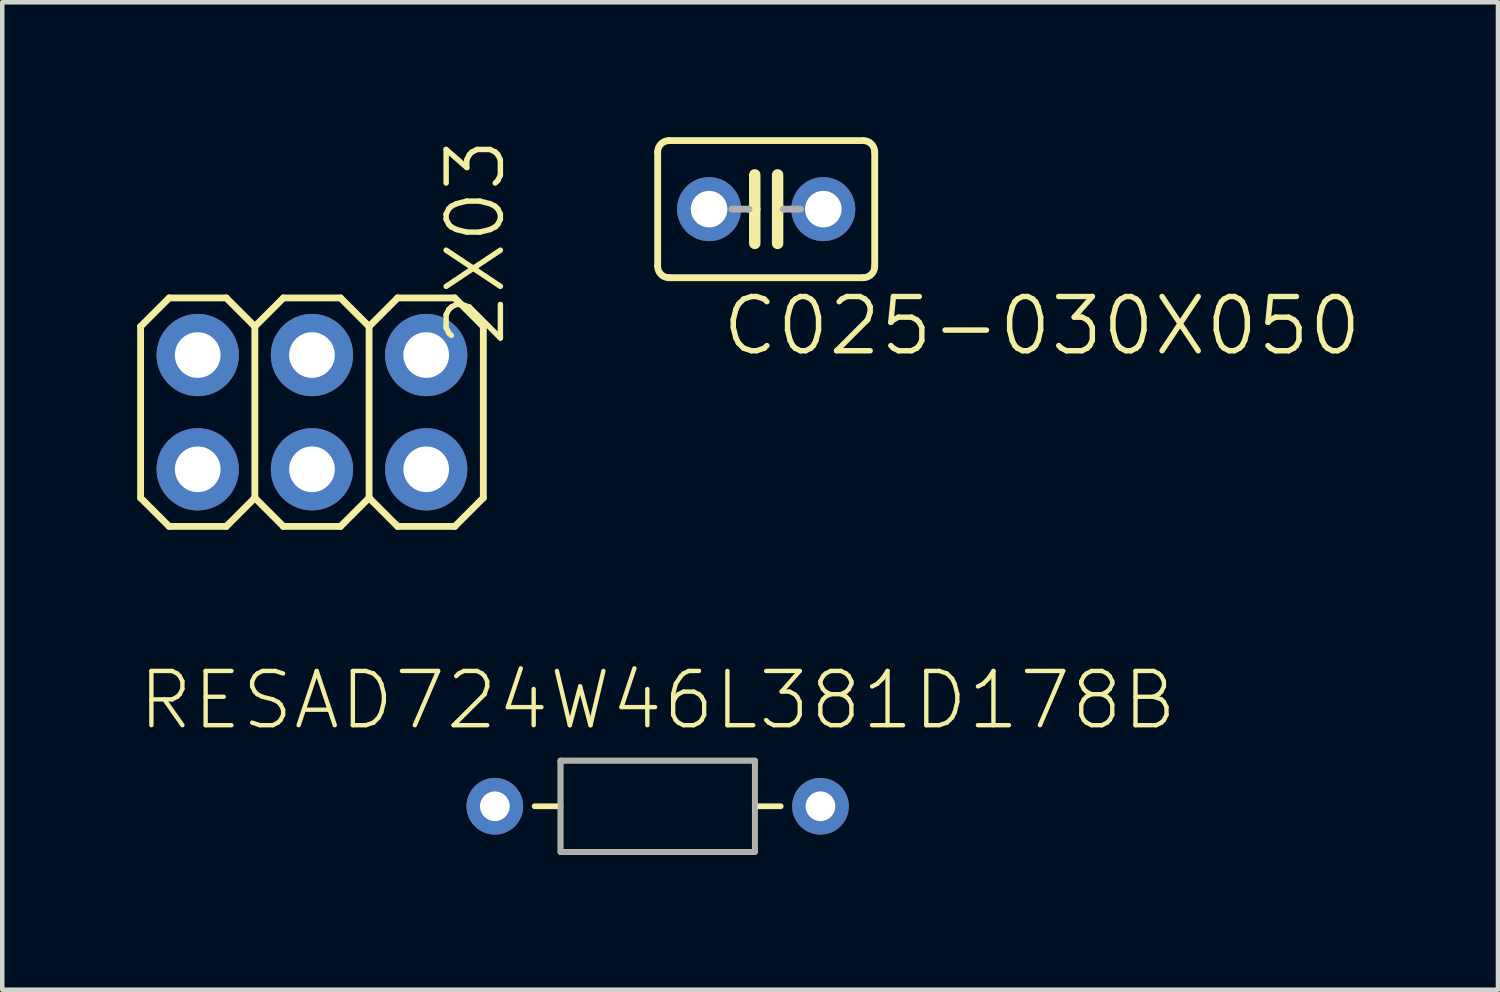
<source format=kicad_pcb>
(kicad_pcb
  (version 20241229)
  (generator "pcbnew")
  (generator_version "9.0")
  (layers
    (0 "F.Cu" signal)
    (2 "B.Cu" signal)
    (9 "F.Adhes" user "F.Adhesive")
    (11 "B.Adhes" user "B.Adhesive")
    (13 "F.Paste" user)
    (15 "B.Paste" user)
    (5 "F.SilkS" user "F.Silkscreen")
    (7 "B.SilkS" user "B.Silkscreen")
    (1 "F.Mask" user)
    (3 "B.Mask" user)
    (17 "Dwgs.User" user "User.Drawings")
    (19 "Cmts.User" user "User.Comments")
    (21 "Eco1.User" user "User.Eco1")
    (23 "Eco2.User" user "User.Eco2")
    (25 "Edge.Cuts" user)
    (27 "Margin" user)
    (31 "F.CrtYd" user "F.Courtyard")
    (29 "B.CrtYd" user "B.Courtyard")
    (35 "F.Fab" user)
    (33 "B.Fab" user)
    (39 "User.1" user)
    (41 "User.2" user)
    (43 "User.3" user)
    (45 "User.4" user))
  (footprint "2X03"
    (layer "F.Cu")
    (at 3.886 6.114)
    (property "Reference" "2X03" (at 4.343 -1.397 270) (layer "F.SilkS") (effects (font (size 1.206 1.206) (thickness 0.121)) (justify left bottom)))
    (attr through_hole)
    (fp_line (start -3.81 -1.905) (end -3.175 -2.54) (stroke (width 0.152) (type solid)) (layer "F.SilkS"))
    (fp_line (start -3.81 1.905) (end -3.81 -1.905) (stroke (width 0.152) (type solid)) (layer "F.SilkS"))
    (fp_line (start -3.81 1.905) (end -3.175 2.54) (stroke (width 0.152) (type solid)) (layer "F.SilkS"))
    (fp_line (start -3.175 -2.54) (end -1.905 -2.54) (stroke (width 0.152) (type solid)) (layer "F.SilkS"))
    (fp_line (start -3.175 2.54) (end -1.905 2.54) (stroke (width 0.152) (type solid)) (layer "F.SilkS"))
    (fp_line (start -1.905 -2.54) (end -1.27 -1.905) (stroke (width 0.152) (type solid)) (layer "F.SilkS"))
    (fp_line (start -1.905 2.54) (end -1.27 1.905) (stroke (width 0.152) (type solid)) (layer "F.SilkS"))
    (fp_line (start -1.27 -1.905) (end -1.27 1.905) (stroke (width 0.152) (type solid)) (layer "F.SilkS"))
    (fp_line (start -1.27 -1.905) (end -0.635 -2.54) (stroke (width 0.152) (type solid)) (layer "F.SilkS"))
    (fp_line (start -1.27 1.905) (end -0.635 2.54) (stroke (width 0.152) (type solid)) (layer "F.SilkS"))
    (fp_line (start -0.635 -2.54) (end 0.635 -2.54) (stroke (width 0.152) (type solid)) (layer "F.SilkS"))
    (fp_line (start -0.635 2.54) (end 0.635 2.54) (stroke (width 0.152) (type solid)) (layer "F.SilkS"))
    (fp_line (start 0.635 -2.54) (end 1.27 -1.905) (stroke (width 0.152) (type solid)) (layer "F.SilkS"))
    (fp_line (start 0.635 2.54) (end 1.27 1.905) (stroke (width 0.152) (type solid)) (layer "F.SilkS"))
    (fp_line (start 1.27 -1.905) (end 1.27 1.905) (stroke (width 0.152) (type solid)) (layer "F.SilkS"))
    (fp_line (start 1.27 -1.905) (end 1.905 -2.54) (stroke (width 0.152) (type solid)) (layer "F.SilkS"))
    (fp_line (start 1.27 1.905) (end 1.905 2.54) (stroke (width 0.152) (type solid)) (layer "F.SilkS"))
    (fp_line (start 1.905 -2.54) (end 3.175 -2.54) (stroke (width 0.152) (type solid)) (layer "F.SilkS"))
    (fp_line (start 1.905 2.54) (end 3.175 2.54) (stroke (width 0.152) (type solid)) (layer "F.SilkS"))
    (fp_line (start 3.175 -2.54) (end 3.81 -1.905) (stroke (width 0.152) (type solid)) (layer "F.SilkS"))
    (fp_line (start 3.175 2.54) (end 3.81 1.905) (stroke (width 0.152) (type solid)) (layer "F.SilkS"))
    (fp_line (start 3.81 -1.905) (end 3.81 1.905) (stroke (width 0.152) (type solid)) (layer "F.SilkS"))
    (fp_poly (pts (xy -2.794 -1.016) (xy -2.286 -1.016) (xy -2.286 -1.524) (xy -2.794 -1.524)) (stroke (width 0.1) (type solid)) (fill no) (layer "F.Fab"))
    (fp_poly (pts (xy -2.794 1.524) (xy -2.286 1.524) (xy -2.286 1.016) (xy -2.794 1.016)) (stroke (width 0.1) (type solid)) (fill no) (layer "F.Fab"))
    (fp_poly (pts (xy -0.254 -1.016) (xy 0.254 -1.016) (xy 0.254 -1.524) (xy -0.254 -1.524)) (stroke (width 0.1) (type solid)) (fill no) (layer "F.Fab"))
    (fp_poly (pts (xy -0.254 1.524) (xy 0.254 1.524) (xy 0.254 1.016) (xy -0.254 1.016)) (stroke (width 0.1) (type solid)) (fill no) (layer "F.Fab"))
    (fp_poly (pts (xy 2.286 -1.016) (xy 2.794 -1.016) (xy 2.794 -1.524) (xy 2.286 -1.524)) (stroke (width 0.1) (type solid)) (fill no) (layer "F.Fab"))
    (fp_poly (pts (xy 2.286 1.524) (xy 2.794 1.524) (xy 2.794 1.016) (xy 2.286 1.016)) (stroke (width 0.1) (type solid)) (fill no) (layer "F.Fab"))
    (pad "1" thru_hole circle (at -2.54 1.27) (size 1.829 1.829) (drill 1.016) (layers "*.Cu" "*.Mask"))
    (pad "2" thru_hole circle (at -2.54 -1.27) (size 1.829 1.829) (drill 1.016) (layers "*.Cu" "*.Mask"))
    (pad "3" thru_hole circle (at 0 1.27) (size 1.829 1.829) (drill 1.016) (layers "*.Cu" "*.Mask"))
    (pad "4" thru_hole circle (at 0 -1.27) (size 1.829 1.829) (drill 1.016) (layers "*.Cu" "*.Mask"))
    (pad "5" thru_hole circle (at 2.54 1.27) (size 1.829 1.829) (drill 1.016) (layers "*.Cu" "*.Mask"))
    (pad "6" thru_hole circle (at 2.54 -1.27) (size 1.829 1.829) (drill 1.016) (layers "*.Cu" "*.Mask")))
  (footprint "RESAD724W46L381D178B"
    (layer "F.Cu")
    (at 11.572 14.876)
    (property "Reference" "RESAD724W46L381D178B" (at 0 -1.65 0) (layer "F.SilkS") (effects (font (size 1.206 1.206) (thickness 0.097)) (justify bottom)))
    (attr through_hole)
    (fp_line (start -2.16 -1.015) (end -2.16 1.015) (stroke (width 0.127) (type solid)) (layer "F.SilkS"))
    (fp_line (start -2.16 0) (end -2.736 0) (stroke (width 0.127) (type solid)) (layer "F.SilkS"))
    (fp_line (start -2.16 1.015) (end 2.16 1.015) (stroke (width 0.127) (type solid)) (layer "F.SilkS"))
    (fp_line (start 2.16 -1.015) (end -2.16 -1.015) (stroke (width 0.127) (type solid)) (layer "F.SilkS"))
    (fp_line (start 2.16 0) (end 2.736 0) (stroke (width 0.127) (type solid)) (layer "F.SilkS"))
    (fp_line (start 2.16 1.015) (end 2.16 -1.015) (stroke (width 0.127) (type solid)) (layer "F.SilkS"))
    (fp_line (start -2.16 -1.015) (end 2.16 -1.015) (stroke (width 0.12) (type solid)) (layer "F.Fab"))
    (fp_line (start -2.16 1.015) (end -2.16 -1.015) (stroke (width 0.12) (type solid)) (layer "F.Fab"))
    (fp_line (start 2.16 -1.015) (end 2.16 1.015) (stroke (width 0.12) (type solid)) (layer "F.Fab"))
    (fp_line (start 2.16 1.015) (end -2.16 1.015) (stroke (width 0.12) (type solid)) (layer "F.Fab"))
    (pad "1" thru_hole circle (at -3.62 0) (size 1.26 1.26) (drill 0.66) (layers "*.Cu" "*.Mask"))
    (pad "2" thru_hole circle (at 3.62 0) (size 1.26 1.26) (drill 0.66) (layers "*.Cu" "*.Mask")))
  (footprint "C025-030X050"
    (layer "F.Cu")
    (at 13.985 1.6)
    (property "Reference" "C025-030X050" (at -1.041 3.302 0) (layer "F.SilkS") (effects (font (size 1.206 1.206) (thickness 0.121)) (justify left bottom)))
    (attr through_hole)
    (fp_line (start -2.413 -1.27) (end -2.413 1.27) (stroke (width 0.152) (type solid)) (layer "F.SilkS"))
    (fp_line (start -2.159 -1.524) (end 2.159 -1.524) (stroke (width 0.152) (type solid)) (layer "F.SilkS"))
    (fp_line (start -0.254 -0.762) (end -0.254 0) (stroke (width 0.254) (type solid)) (layer "F.SilkS"))
    (fp_line (start -0.254 0) (end -0.381 0) (stroke (width 0.152) (type solid)) (layer "F.SilkS"))
    (fp_line (start -0.254 0) (end -0.254 0.762) (stroke (width 0.254) (type solid)) (layer "F.SilkS"))
    (fp_line (start 0.254 0) (end 0.254 -0.762) (stroke (width 0.254) (type solid)) (layer "F.SilkS"))
    (fp_line (start 0.254 0) (end 0.254 0.762) (stroke (width 0.254) (type solid)) (layer "F.SilkS"))
    (fp_line (start 0.381 0) (end 0.254 0) (stroke (width 0.152) (type solid)) (layer "F.SilkS"))
    (fp_line (start 2.159 1.524) (end -2.159 1.524) (stroke (width 0.152) (type solid)) (layer "F.SilkS"))
    (fp_line (start 2.413 -1.27) (end 2.413 1.27) (stroke (width 0.152) (type solid)) (layer "F.SilkS"))
    (fp_arc (start -2.413 -1.27) (mid -2.338605 -1.449605) (end -2.159 -1.524) (stroke (width 0.1524) (type solid)) (layer "F.SilkS"))
    (fp_arc (start -2.159 1.524) (mid -2.338605 1.449605) (end -2.413 1.27) (stroke (width 0.1524) (type solid)) (layer "F.SilkS"))
    (fp_arc (start 2.159 -1.524) (mid 2.338605 -1.449605) (end 2.413 -1.27) (stroke (width 0.1524) (type solid)) (layer "F.SilkS"))
    (fp_arc (start 2.413 1.27) (mid 2.338605 1.449605) (end 2.159 1.524) (stroke (width 0.1524) (type solid)) (layer "F.SilkS"))
    (fp_line (start -0.381 0) (end -0.762 0) (stroke (width 0.152) (type solid)) (layer "F.Fab"))
    (fp_line (start 0.762 0) (end 0.381 0) (stroke (width 0.152) (type solid)) (layer "F.Fab"))
    (pad "1" thru_hole circle (at -1.27 0) (size 1.422 1.422) (drill 0.813) (layers "*.Cu" "*.Mask"))
    (pad "2" thru_hole circle (at 1.27 0) (size 1.422 1.422) (drill 0.813) (layers "*.Cu" "*.Mask")))
  (gr_rect
    (start -3 -3)
    (end 30.255 18.955)
    (stroke (width 0.1) (type default))
    (fill no)
    (layer "Edge.Cuts")))
</source>
